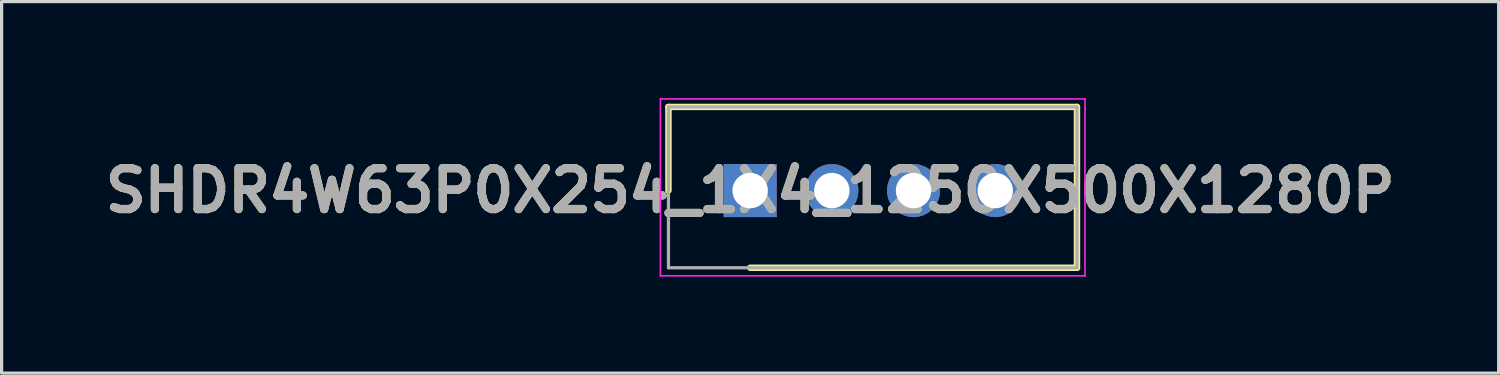
<source format=kicad_pcb>
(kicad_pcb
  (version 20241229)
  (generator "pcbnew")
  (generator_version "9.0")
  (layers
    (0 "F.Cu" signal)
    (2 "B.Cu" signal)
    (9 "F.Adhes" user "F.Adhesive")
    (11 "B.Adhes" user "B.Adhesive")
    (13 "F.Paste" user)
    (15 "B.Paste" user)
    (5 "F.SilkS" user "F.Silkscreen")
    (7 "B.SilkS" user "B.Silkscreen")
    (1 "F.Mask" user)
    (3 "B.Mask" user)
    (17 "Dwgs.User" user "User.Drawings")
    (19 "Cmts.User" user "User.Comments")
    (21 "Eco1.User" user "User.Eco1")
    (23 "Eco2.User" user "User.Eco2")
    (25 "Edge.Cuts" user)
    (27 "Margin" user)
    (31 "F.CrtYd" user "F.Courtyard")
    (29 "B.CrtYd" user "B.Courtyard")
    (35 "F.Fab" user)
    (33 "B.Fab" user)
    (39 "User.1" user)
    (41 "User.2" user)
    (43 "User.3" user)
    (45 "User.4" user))
  (footprint "SHDR4W63P0X254_1X4_1250X500X1280P"
    (layer "F.Cu")
    (at 20.272 2.875)
    (property "Reference" "SHDR4W63P0X254_1X4_1250X500X1280P" (at 0 0 0) (layer "F.SilkS") (effects (font (size 1.27 1.27) (thickness 0.254))))
    (attr through_hole)
    (fp_line (start -2.54 -2.6) (end -2.54 0) (stroke (width 0.2) (type solid)) (layer "F.SilkS"))
    (fp_line (start 0 2.4) (end 10.16 2.4) (stroke (width 0.2) (type solid)) (layer "F.SilkS"))
    (fp_line (start 10.16 -2.6) (end -2.54 -2.6) (stroke (width 0.2) (type solid)) (layer "F.SilkS"))
    (fp_line (start 10.16 2.4) (end 10.16 -2.6) (stroke (width 0.2) (type solid)) (layer "F.SilkS"))
    (fp_line (start -2.79 -2.85) (end 10.41 -2.85) (stroke (width 0.05) (type solid)) (layer "F.CrtYd"))
    (fp_line (start -2.79 2.65) (end -2.79 -2.85) (stroke (width 0.05) (type solid)) (layer "F.CrtYd"))
    (fp_line (start 10.41 -2.85) (end 10.41 2.65) (stroke (width 0.05) (type solid)) (layer "F.CrtYd"))
    (fp_line (start 10.41 2.65) (end -2.79 2.65) (stroke (width 0.05) (type solid)) (layer "F.CrtYd"))
    (fp_line (start -2.54 -2.6) (end 10.16 -2.6) (stroke (width 0.1) (type solid)) (layer "F.Fab"))
    (fp_line (start -2.54 2.4) (end -2.54 -2.6) (stroke (width 0.1) (type solid)) (layer "F.Fab"))
    (fp_line (start 10.16 -2.6) (end 10.16 2.4) (stroke (width 0.1) (type solid)) (layer "F.Fab"))
    (fp_line (start 10.16 2.4) (end -2.54 2.4) (stroke (width 0.1) (type solid)) (layer "F.Fab"))
    (fp_text user "${REFERENCE}" (at 0 0 0) (layer "F.Fab") (effects (font (size 1.27 1.27) (thickness 0.254))))
    (pad "1" thru_hole rect (at 0 0) (size 1.65 1.65) (drill 1.1) (layers "*.Cu" "*.Mask"))
    (pad "2" thru_hole circle (at 2.54 0) (size 1.65 1.65) (drill 1.1) (layers "*.Cu" "*.Mask"))
    (pad "3" thru_hole circle (at 5.08 0) (size 1.65 1.65) (drill 1.1) (layers "*.Cu" "*.Mask"))
    (pad "4" thru_hole circle (at 7.62 0) (size 1.65 1.65) (drill 1.1) (layers "*.Cu" "*.Mask")))
  (gr_rect
    (start -3 -3)
    (end 43.543 8.55)
    (stroke (width 0.1) (type default))
    (fill no)
    (layer "Edge.Cuts")))
</source>
